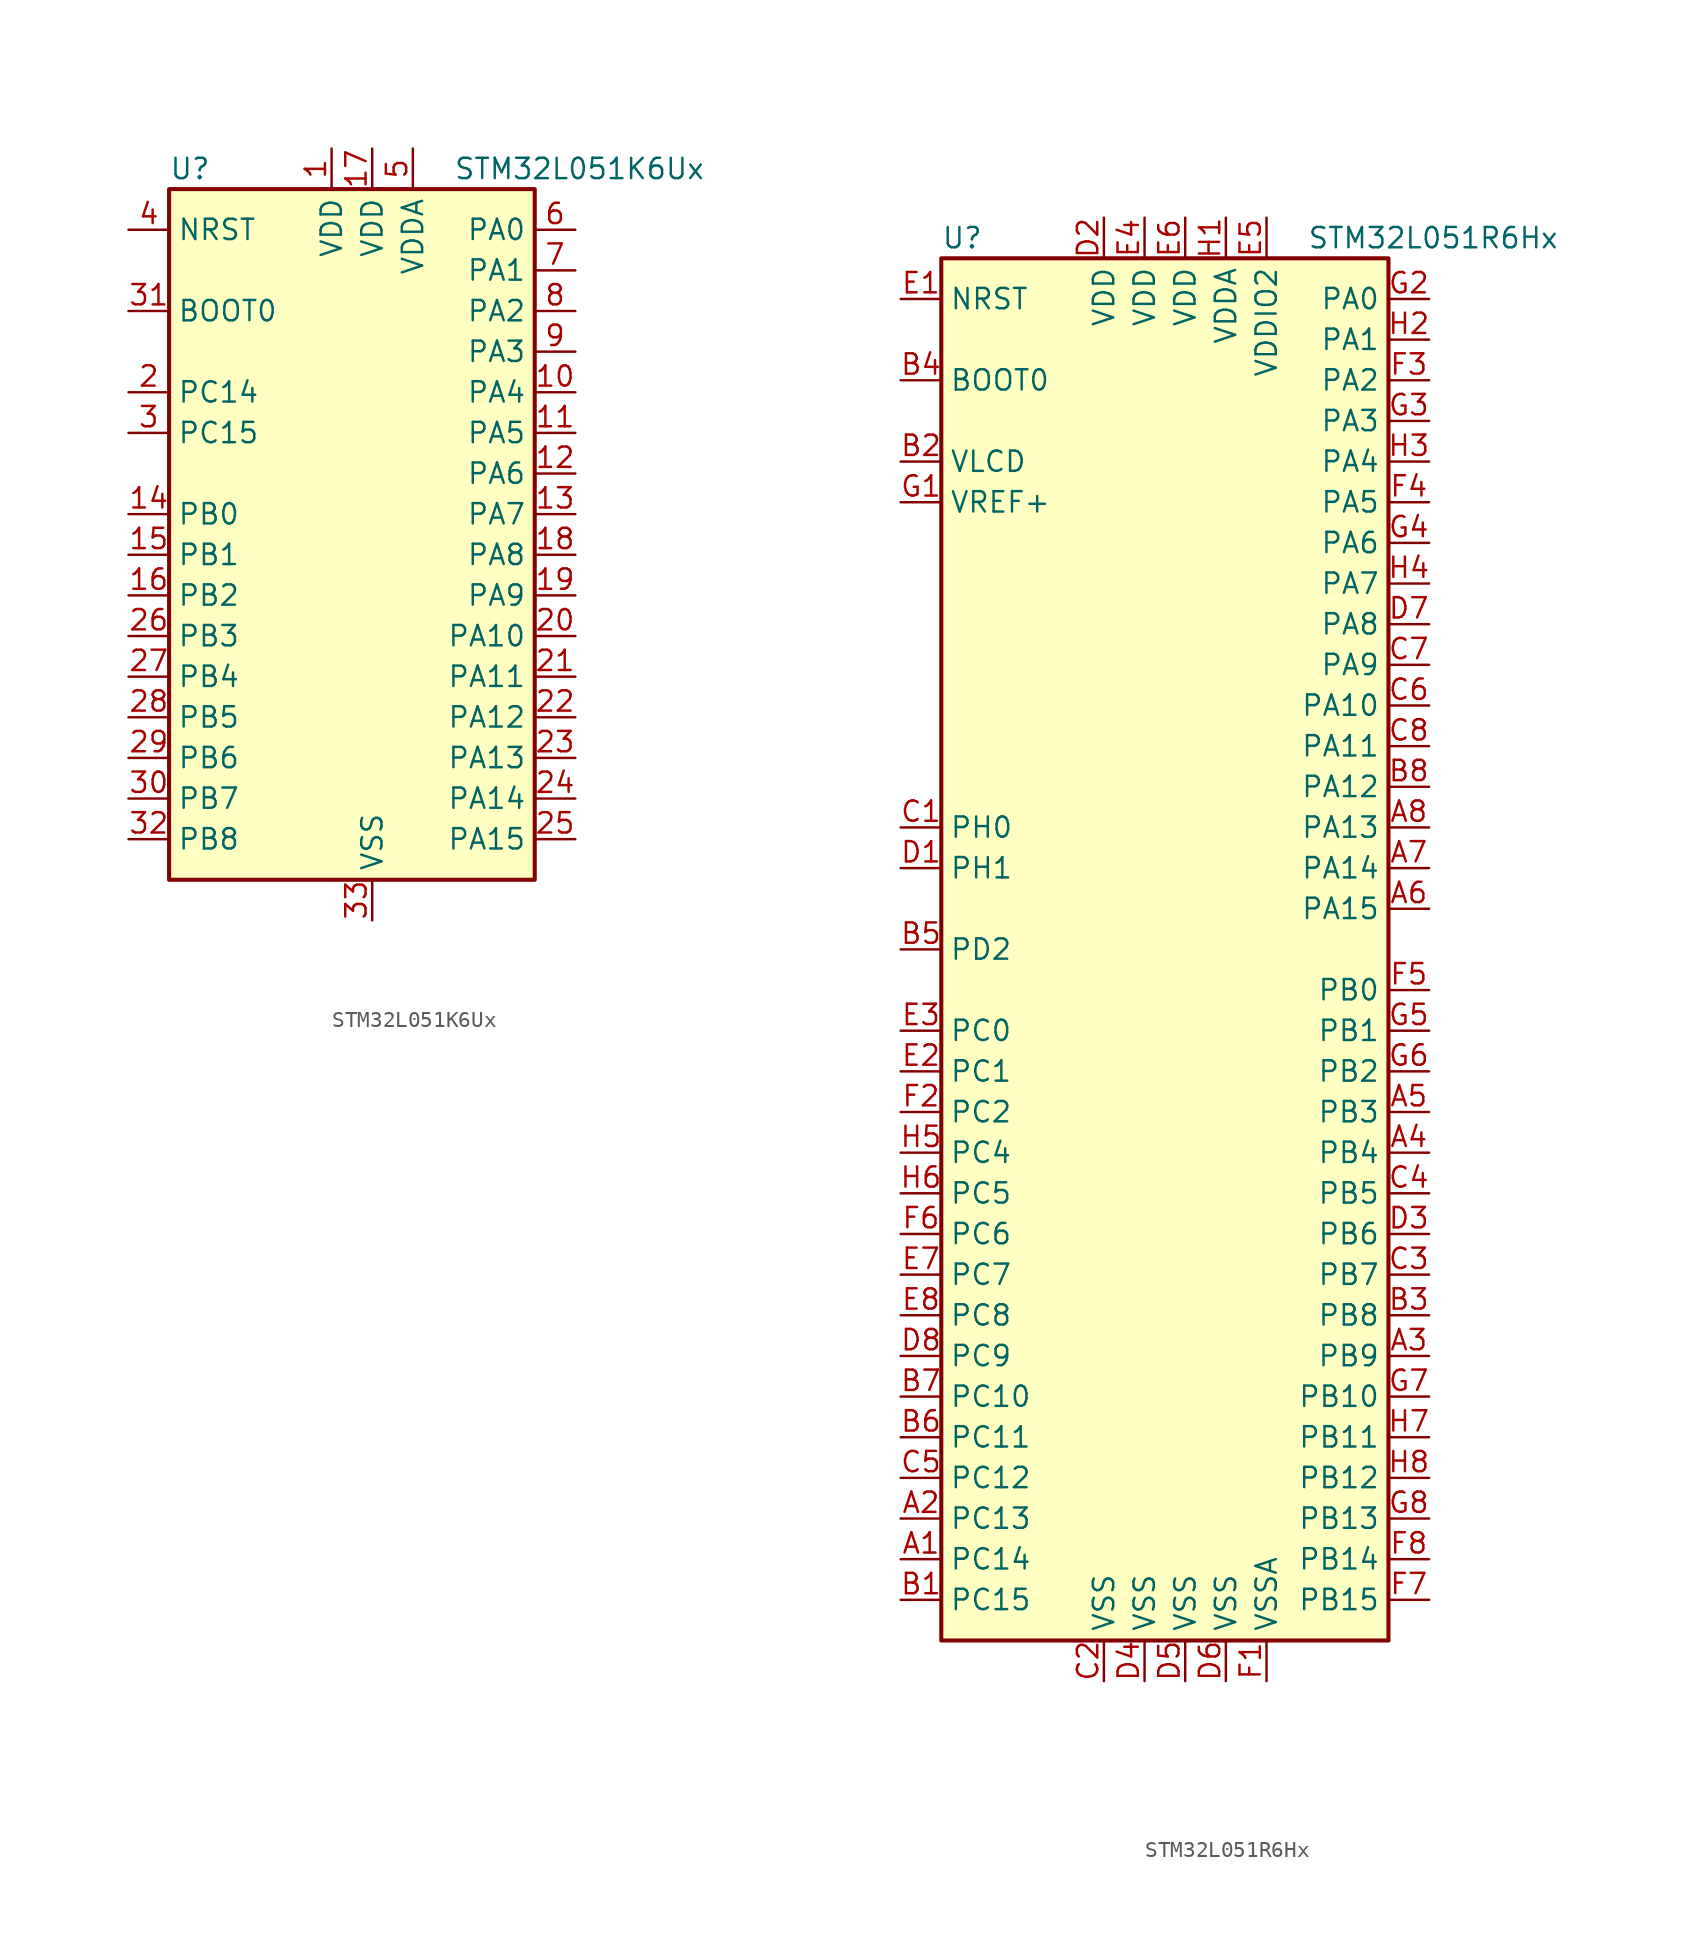
<source format=kicad_sym>
(kicad_symbol_lib
  (version 20201005)
  (generator kicad_symbol_editor)
  (symbol "STM32L051K6Ux"
    (property "Reference" "U"
      (at -12.7 21.59 0)
      (effects (font (size 1.27 1.27)) (justify left)))
    (property "Value" "STM32L051K6Ux"
      (at 5.08 21.59 0)
      (effects (font (size 1.27 1.27)) (justify left)))
    (symbol "STM32L051K6Ux_0_1"
      (rectangle (start -12.7 -22.86) (end 10.16 20.32) (stroke (width 0.254)) (fill (type background))))
    (symbol "STM32L051K6Ux_1_1"
      (pin power_in line (at -2.54 22.86 270) (length 2.54) (name "VDD" (effects (font (size 1.27 1.27)))) (number "1" (effects (font (size 1.27 1.27)))))
      (pin bidirectional line (at 12.7 7.62 180) (length 2.54) (name "PA4" (effects (font (size 1.27 1.27)))) (number "10" (effects (font (size 1.27 1.27)))))
      (pin bidirectional line (at 12.7 5.08 180) (length 2.54) (name "PA5" (effects (font (size 1.27 1.27)))) (number "11" (effects (font (size 1.27 1.27)))))
      (pin bidirectional line (at 12.7 2.54 180) (length 2.54) (name "PA6" (effects (font (size 1.27 1.27)))) (number "12" (effects (font (size 1.27 1.27)))))
      (pin bidirectional line (at 12.7 0 180) (length 2.54) (name "PA7" (effects (font (size 1.27 1.27)))) (number "13" (effects (font (size 1.27 1.27)))))
      (pin bidirectional line (at -15.24 0 0) (length 2.54) (name "PB0" (effects (font (size 1.27 1.27)))) (number "14" (effects (font (size 1.27 1.27)))))
      (pin bidirectional line (at -15.24 -2.54 0) (length 2.54) (name "PB1" (effects (font (size 1.27 1.27)))) (number "15" (effects (font (size 1.27 1.27)))))
      (pin bidirectional line (at -15.24 -5.08 0) (length 2.54) (name "PB2" (effects (font (size 1.27 1.27)))) (number "16" (effects (font (size 1.27 1.27)))))
      (pin power_in line (at 0 22.86 270) (length 2.54) (name "VDD" (effects (font (size 1.27 1.27)))) (number "17" (effects (font (size 1.27 1.27)))))
      (pin bidirectional line (at 12.7 -2.54 180) (length 2.54) (name "PA8" (effects (font (size 1.27 1.27)))) (number "18" (effects (font (size 1.27 1.27)))))
      (pin bidirectional line (at 12.7 -5.08 180) (length 2.54) (name "PA9" (effects (font (size 1.27 1.27)))) (number "19" (effects (font (size 1.27 1.27)))))
      (pin bidirectional line (at -15.24 7.62 0) (length 2.54) (name "PC14" (effects (font (size 1.27 1.27)))) (number "2" (effects (font (size 1.27 1.27)))))
      (pin bidirectional line (at 12.7 -7.62 180) (length 2.54) (name "PA10" (effects (font (size 1.27 1.27)))) (number "20" (effects (font (size 1.27 1.27)))))
      (pin bidirectional line (at 12.7 -10.16 180) (length 2.54) (name "PA11" (effects (font (size 1.27 1.27)))) (number "21" (effects (font (size 1.27 1.27)))))
      (pin bidirectional line (at 12.7 -12.7 180) (length 2.54) (name "PA12" (effects (font (size 1.27 1.27)))) (number "22" (effects (font (size 1.27 1.27)))))
      (pin bidirectional line (at 12.7 -15.24 180) (length 2.54) (name "PA13" (effects (font (size 1.27 1.27)))) (number "23" (effects (font (size 1.27 1.27)))))
      (pin bidirectional line (at 12.7 -17.78 180) (length 2.54) (name "PA14" (effects (font (size 1.27 1.27)))) (number "24" (effects (font (size 1.27 1.27)))))
      (pin bidirectional line (at 12.7 -20.32 180) (length 2.54) (name "PA15" (effects (font (size 1.27 1.27)))) (number "25" (effects (font (size 1.27 1.27)))))
      (pin bidirectional line (at -15.24 -7.62 0) (length 2.54) (name "PB3" (effects (font (size 1.27 1.27)))) (number "26" (effects (font (size 1.27 1.27)))))
      (pin bidirectional line (at -15.24 -10.16 0) (length 2.54) (name "PB4" (effects (font (size 1.27 1.27)))) (number "27" (effects (font (size 1.27 1.27)))))
      (pin bidirectional line (at -15.24 -12.7 0) (length 2.54) (name "PB5" (effects (font (size 1.27 1.27)))) (number "28" (effects (font (size 1.27 1.27)))))
      (pin bidirectional line (at -15.24 -15.24 0) (length 2.54) (name "PB6" (effects (font (size 1.27 1.27)))) (number "29" (effects (font (size 1.27 1.27)))))
      (pin bidirectional line (at -15.24 5.08 0) (length 2.54) (name "PC15" (effects (font (size 1.27 1.27)))) (number "3" (effects (font (size 1.27 1.27)))))
      (pin bidirectional line (at -15.24 -17.78 0) (length 2.54) (name "PB7" (effects (font (size 1.27 1.27)))) (number "30" (effects (font (size 1.27 1.27)))))
      (pin input line (at -15.24 12.7 0) (length 2.54) (name "BOOT0" (effects (font (size 1.27 1.27)))) (number "31" (effects (font (size 1.27 1.27)))))
      (pin bidirectional line (at -15.24 -20.32 0) (length 2.54) (name "PB8" (effects (font (size 1.27 1.27)))) (number "32" (effects (font (size 1.27 1.27)))))
      (pin power_in line (at 0 -25.4 90) (length 2.54) (name "VSS" (effects (font (size 1.27 1.27)))) (number "33" (effects (font (size 1.27 1.27)))))
      (pin input line (at -15.24 17.78 0) (length 2.54) (name "NRST" (effects (font (size 1.27 1.27)))) (number "4" (effects (font (size 1.27 1.27)))))
      (pin power_in line (at 2.54 22.86 270) (length 2.54) (name "VDDA" (effects (font (size 1.27 1.27)))) (number "5" (effects (font (size 1.27 1.27)))))
      (pin bidirectional line (at 12.7 17.78 180) (length 2.54) (name "PA0" (effects (font (size 1.27 1.27)))) (number "6" (effects (font (size 1.27 1.27)))))
      (pin bidirectional line (at 12.7 15.24 180) (length 2.54) (name "PA1" (effects (font (size 1.27 1.27)))) (number "7" (effects (font (size 1.27 1.27)))))
      (pin bidirectional line (at 12.7 12.7 180) (length 2.54) (name "PA2" (effects (font (size 1.27 1.27)))) (number "8" (effects (font (size 1.27 1.27)))))
      (pin bidirectional line (at 12.7 10.16 180) (length 2.54) (name "PA3" (effects (font (size 1.27 1.27)))) (number "9" (effects (font (size 1.27 1.27)))))))
  (symbol "STM32L051R6Hx"
    (property "Reference" "U"
      (at -15.24 44.45 0)
      (effects (font (size 1.27 1.27)) (justify left)))
    (property "Value" "STM32L051R6Hx"
      (at 7.62 44.45 0)
      (effects (font (size 1.27 1.27)) (justify left)))
    (symbol "STM32L051R6Hx_0_1"
      (rectangle (start -15.24 -43.18) (end 12.7 43.18) (stroke (width 0.254)) (fill (type background))))
    (symbol "STM32L051R6Hx_1_1"
      (pin bidirectional line (at -17.78 -38.1 0) (length 2.54) (name "PC14" (effects (font (size 1.27 1.27)))) (number "A1" (effects (font (size 1.27 1.27)))))
      (pin bidirectional line (at -17.78 -35.56 0) (length 2.54) (name "PC13" (effects (font (size 1.27 1.27)))) (number "A2" (effects (font (size 1.27 1.27)))))
      (pin bidirectional line (at 15.24 -25.4 180) (length 2.54) (name "PB9" (effects (font (size 1.27 1.27)))) (number "A3" (effects (font (size 1.27 1.27)))))
      (pin bidirectional line (at 15.24 -12.7 180) (length 2.54) (name "PB4" (effects (font (size 1.27 1.27)))) (number "A4" (effects (font (size 1.27 1.27)))))
      (pin bidirectional line (at 15.24 -10.16 180) (length 2.54) (name "PB3" (effects (font (size 1.27 1.27)))) (number "A5" (effects (font (size 1.27 1.27)))))
      (pin bidirectional line (at 15.24 2.54 180) (length 2.54) (name "PA15" (effects (font (size 1.27 1.27)))) (number "A6" (effects (font (size 1.27 1.27)))))
      (pin bidirectional line (at 15.24 5.08 180) (length 2.54) (name "PA14" (effects (font (size 1.27 1.27)))) (number "A7" (effects (font (size 1.27 1.27)))))
      (pin bidirectional line (at 15.24 7.62 180) (length 2.54) (name "PA13" (effects (font (size 1.27 1.27)))) (number "A8" (effects (font (size 1.27 1.27)))))
      (pin bidirectional line (at -17.78 -40.64 0) (length 2.54) (name "PC15" (effects (font (size 1.27 1.27)))) (number "B1" (effects (font (size 1.27 1.27)))))
      (pin power_in line (at -17.78 30.48 0) (length 2.54) (name "VLCD" (effects (font (size 1.27 1.27)))) (number "B2" (effects (font (size 1.27 1.27)))))
      (pin bidirectional line (at 15.24 -22.86 180) (length 2.54) (name "PB8" (effects (font (size 1.27 1.27)))) (number "B3" (effects (font (size 1.27 1.27)))))
      (pin input line (at -17.78 35.56 0) (length 2.54) (name "BOOT0" (effects (font (size 1.27 1.27)))) (number "B4" (effects (font (size 1.27 1.27)))))
      (pin bidirectional line (at -17.78 0 0) (length 2.54) (name "PD2" (effects (font (size 1.27 1.27)))) (number "B5" (effects (font (size 1.27 1.27)))))
      (pin bidirectional line (at -17.78 -30.48 0) (length 2.54) (name "PC11" (effects (font (size 1.27 1.27)))) (number "B6" (effects (font (size 1.27 1.27)))))
      (pin bidirectional line (at -17.78 -27.94 0) (length 2.54) (name "PC10" (effects (font (size 1.27 1.27)))) (number "B7" (effects (font (size 1.27 1.27)))))
      (pin bidirectional line (at 15.24 10.16 180) (length 2.54) (name "PA12" (effects (font (size 1.27 1.27)))) (number "B8" (effects (font (size 1.27 1.27)))))
      (pin input line (at -17.78 7.62 0) (length 2.54) (name "PH0" (effects (font (size 1.27 1.27)))) (number "C1" (effects (font (size 1.27 1.27)))))
      (pin power_in line (at -5.08 -45.72 90) (length 2.54) (name "VSS" (effects (font (size 1.27 1.27)))) (number "C2" (effects (font (size 1.27 1.27)))))
      (pin bidirectional line (at 15.24 -20.32 180) (length 2.54) (name "PB7" (effects (font (size 1.27 1.27)))) (number "C3" (effects (font (size 1.27 1.27)))))
      (pin bidirectional line (at 15.24 -15.24 180) (length 2.54) (name "PB5" (effects (font (size 1.27 1.27)))) (number "C4" (effects (font (size 1.27 1.27)))))
      (pin bidirectional line (at -17.78 -33.02 0) (length 2.54) (name "PC12" (effects (font (size 1.27 1.27)))) (number "C5" (effects (font (size 1.27 1.27)))))
      (pin bidirectional line (at 15.24 15.24 180) (length 2.54) (name "PA10" (effects (font (size 1.27 1.27)))) (number "C6" (effects (font (size 1.27 1.27)))))
      (pin bidirectional line (at 15.24 17.78 180) (length 2.54) (name "PA9" (effects (font (size 1.27 1.27)))) (number "C7" (effects (font (size 1.27 1.27)))))
      (pin bidirectional line (at 15.24 12.7 180) (length 2.54) (name "PA11" (effects (font (size 1.27 1.27)))) (number "C8" (effects (font (size 1.27 1.27)))))
      (pin input line (at -17.78 5.08 0) (length 2.54) (name "PH1" (effects (font (size 1.27 1.27)))) (number "D1" (effects (font (size 1.27 1.27)))))
      (pin power_in line (at -5.08 45.72 270) (length 2.54) (name "VDD" (effects (font (size 1.27 1.27)))) (number "D2" (effects (font (size 1.27 1.27)))))
      (pin bidirectional line (at 15.24 -17.78 180) (length 2.54) (name "PB6" (effects (font (size 1.27 1.27)))) (number "D3" (effects (font (size 1.27 1.27)))))
      (pin power_in line (at -2.54 -45.72 90) (length 2.54) (name "VSS" (effects (font (size 1.27 1.27)))) (number "D4" (effects (font (size 1.27 1.27)))))
      (pin power_in line (at 0 -45.72 90) (length 2.54) (name "VSS" (effects (font (size 1.27 1.27)))) (number "D5" (effects (font (size 1.27 1.27)))))
      (pin power_in line (at 2.54 -45.72 90) (length 2.54) (name "VSS" (effects (font (size 1.27 1.27)))) (number "D6" (effects (font (size 1.27 1.27)))))
      (pin bidirectional line (at 15.24 20.32 180) (length 2.54) (name "PA8" (effects (font (size 1.27 1.27)))) (number "D7" (effects (font (size 1.27 1.27)))))
      (pin bidirectional line (at -17.78 -25.4 0) (length 2.54) (name "PC9" (effects (font (size 1.27 1.27)))) (number "D8" (effects (font (size 1.27 1.27)))))
      (pin input line (at -17.78 40.64 0) (length 2.54) (name "NRST" (effects (font (size 1.27 1.27)))) (number "E1" (effects (font (size 1.27 1.27)))))
      (pin bidirectional line (at -17.78 -7.62 0) (length 2.54) (name "PC1" (effects (font (size 1.27 1.27)))) (number "E2" (effects (font (size 1.27 1.27)))))
      (pin bidirectional line (at -17.78 -5.08 0) (length 2.54) (name "PC0" (effects (font (size 1.27 1.27)))) (number "E3" (effects (font (size 1.27 1.27)))))
      (pin power_in line (at -2.54 45.72 270) (length 2.54) (name "VDD" (effects (font (size 1.27 1.27)))) (number "E4" (effects (font (size 1.27 1.27)))))
      (pin power_in line (at 5.08 45.72 270) (length 2.54) (name "VDDIO2" (effects (font (size 1.27 1.27)))) (number "E5" (effects (font (size 1.27 1.27)))))
      (pin power_in line (at 0 45.72 270) (length 2.54) (name "VDD" (effects (font (size 1.27 1.27)))) (number "E6" (effects (font (size 1.27 1.27)))))
      (pin bidirectional line (at -17.78 -20.32 0) (length 2.54) (name "PC7" (effects (font (size 1.27 1.27)))) (number "E7" (effects (font (size 1.27 1.27)))))
      (pin bidirectional line (at -17.78 -22.86 0) (length 2.54) (name "PC8" (effects (font (size 1.27 1.27)))) (number "E8" (effects (font (size 1.27 1.27)))))
      (pin power_in line (at 5.08 -45.72 90) (length 2.54) (name "VSSA" (effects (font (size 1.27 1.27)))) (number "F1" (effects (font (size 1.27 1.27)))))
      (pin bidirectional line (at -17.78 -10.16 0) (length 2.54) (name "PC2" (effects (font (size 1.27 1.27)))) (number "F2" (effects (font (size 1.27 1.27)))))
      (pin bidirectional line (at 15.24 35.56 180) (length 2.54) (name "PA2" (effects (font (size 1.27 1.27)))) (number "F3" (effects (font (size 1.27 1.27)))))
      (pin bidirectional line (at 15.24 27.94 180) (length 2.54) (name "PA5" (effects (font (size 1.27 1.27)))) (number "F4" (effects (font (size 1.27 1.27)))))
      (pin bidirectional line (at 15.24 -2.54 180) (length 2.54) (name "PB0" (effects (font (size 1.27 1.27)))) (number "F5" (effects (font (size 1.27 1.27)))))
      (pin bidirectional line (at -17.78 -17.78 0) (length 2.54) (name "PC6" (effects (font (size 1.27 1.27)))) (number "F6" (effects (font (size 1.27 1.27)))))
      (pin bidirectional line (at 15.24 -40.64 180) (length 2.54) (name "PB15" (effects (font (size 1.27 1.27)))) (number "F7" (effects (font (size 1.27 1.27)))))
      (pin bidirectional line (at 15.24 -38.1 180) (length 2.54) (name "PB14" (effects (font (size 1.27 1.27)))) (number "F8" (effects (font (size 1.27 1.27)))))
      (pin power_in line (at -17.78 27.94 0) (length 2.54) (name "VREF+" (effects (font (size 1.27 1.27)))) (number "G1" (effects (font (size 1.27 1.27)))))
      (pin bidirectional line (at 15.24 40.64 180) (length 2.54) (name "PA0" (effects (font (size 1.27 1.27)))) (number "G2" (effects (font (size 1.27 1.27)))))
      (pin bidirectional line (at 15.24 33.02 180) (length 2.54) (name "PA3" (effects (font (size 1.27 1.27)))) (number "G3" (effects (font (size 1.27 1.27)))))
      (pin bidirectional line (at 15.24 25.4 180) (length 2.54) (name "PA6" (effects (font (size 1.27 1.27)))) (number "G4" (effects (font (size 1.27 1.27)))))
      (pin bidirectional line (at 15.24 -5.08 180) (length 2.54) (name "PB1" (effects (font (size 1.27 1.27)))) (number "G5" (effects (font (size 1.27 1.27)))))
      (pin bidirectional line (at 15.24 -7.62 180) (length 2.54) (name "PB2" (effects (font (size 1.27 1.27)))) (number "G6" (effects (font (size 1.27 1.27)))))
      (pin bidirectional line (at 15.24 -27.94 180) (length 2.54) (name "PB10" (effects (font (size 1.27 1.27)))) (number "G7" (effects (font (size 1.27 1.27)))))
      (pin bidirectional line (at 15.24 -35.56 180) (length 2.54) (name "PB13" (effects (font (size 1.27 1.27)))) (number "G8" (effects (font (size 1.27 1.27)))))
      (pin power_in line (at 2.54 45.72 270) (length 2.54) (name "VDDA" (effects (font (size 1.27 1.27)))) (number "H1" (effects (font (size 1.27 1.27)))))
      (pin bidirectional line (at 15.24 38.1 180) (length 2.54) (name "PA1" (effects (font (size 1.27 1.27)))) (number "H2" (effects (font (size 1.27 1.27)))))
      (pin bidirectional line (at 15.24 30.48 180) (length 2.54) (name "PA4" (effects (font (size 1.27 1.27)))) (number "H3" (effects (font (size 1.27 1.27)))))
      (pin bidirectional line (at 15.24 22.86 180) (length 2.54) (name "PA7" (effects (font (size 1.27 1.27)))) (number "H4" (effects (font (size 1.27 1.27)))))
      (pin bidirectional line (at -17.78 -12.7 0) (length 2.54) (name "PC4" (effects (font (size 1.27 1.27)))) (number "H5" (effects (font (size 1.27 1.27)))))
      (pin bidirectional line (at -17.78 -15.24 0) (length 2.54) (name "PC5" (effects (font (size 1.27 1.27)))) (number "H6" (effects (font (size 1.27 1.27)))))
      (pin bidirectional line (at 15.24 -30.48 180) (length 2.54) (name "PB11" (effects (font (size 1.27 1.27)))) (number "H7" (effects (font (size 1.27 1.27)))))
      (pin bidirectional line (at 15.24 -33.02 180) (length 2.54) (name "PB12" (effects (font (size 1.27 1.27)))) (number "H8" (effects (font (size 1.27 1.27))))))))
</source>
